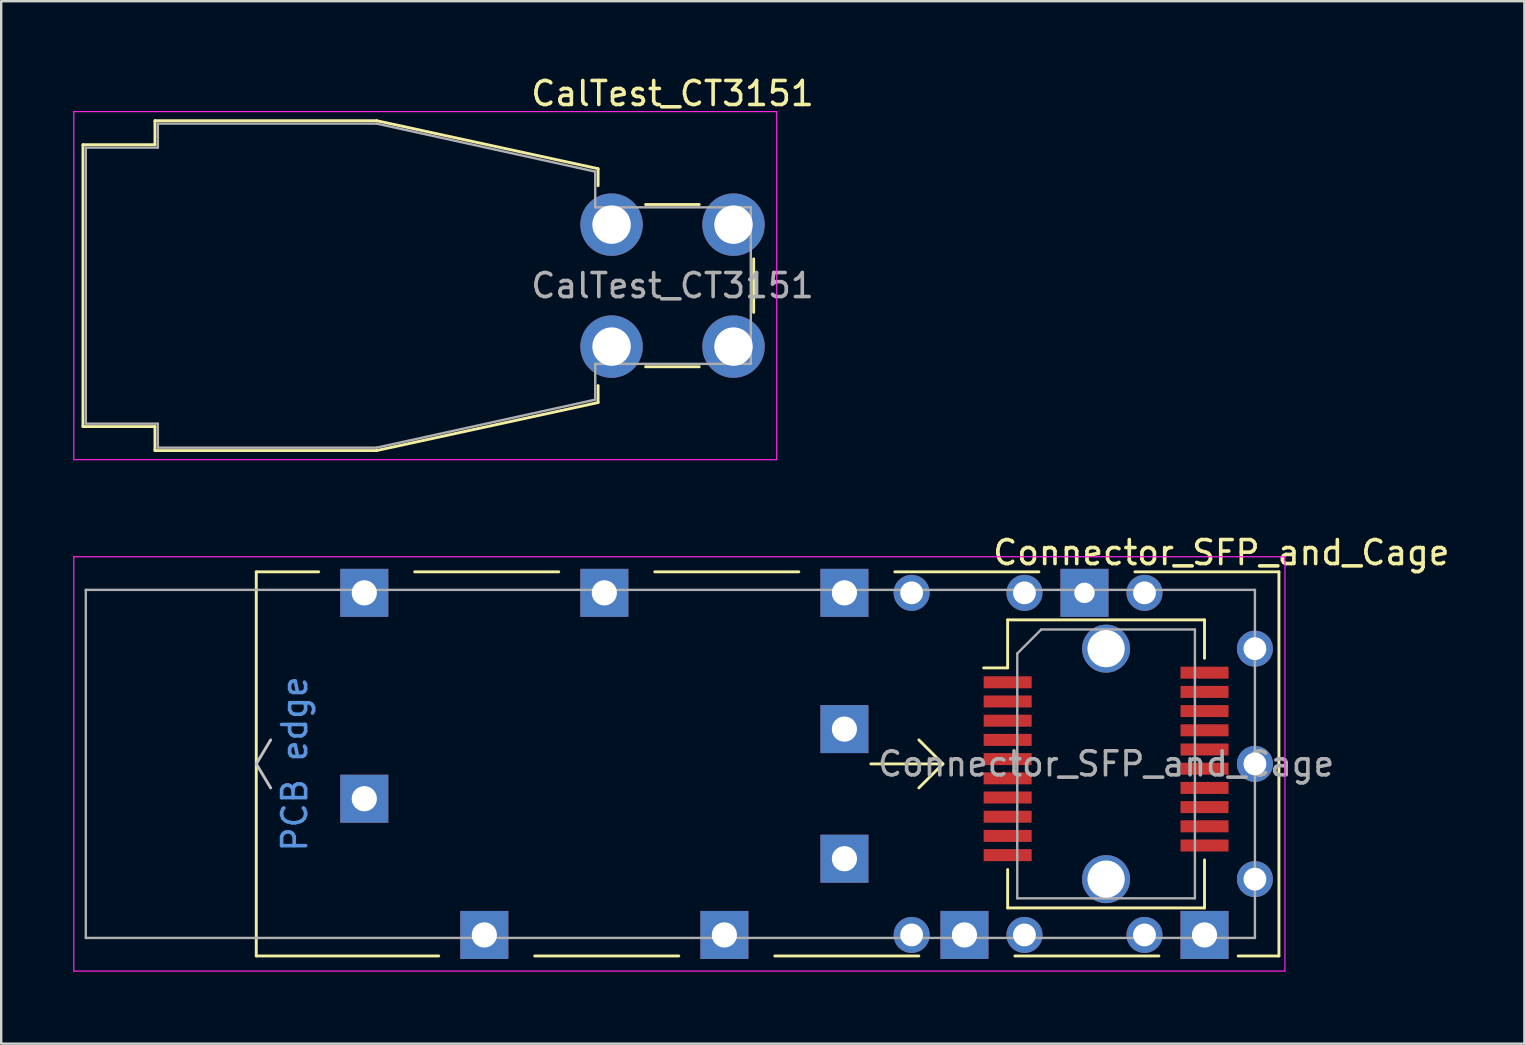
<source format=kicad_pcb>
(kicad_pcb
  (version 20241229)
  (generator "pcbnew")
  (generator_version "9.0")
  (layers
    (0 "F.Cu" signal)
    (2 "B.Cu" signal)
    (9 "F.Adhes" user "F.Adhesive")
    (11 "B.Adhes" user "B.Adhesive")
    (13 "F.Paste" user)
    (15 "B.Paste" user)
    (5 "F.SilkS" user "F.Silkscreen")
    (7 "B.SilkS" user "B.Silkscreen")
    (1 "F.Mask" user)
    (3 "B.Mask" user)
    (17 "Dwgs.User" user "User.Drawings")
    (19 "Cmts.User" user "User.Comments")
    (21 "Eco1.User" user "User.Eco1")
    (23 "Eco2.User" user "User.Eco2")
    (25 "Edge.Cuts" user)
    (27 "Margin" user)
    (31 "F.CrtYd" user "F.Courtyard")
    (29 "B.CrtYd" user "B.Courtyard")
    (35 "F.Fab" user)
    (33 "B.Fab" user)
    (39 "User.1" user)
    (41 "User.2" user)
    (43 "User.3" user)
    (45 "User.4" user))
  (footprint "CalTest_CT3151"
    (layer "F.Cu")
    (at 22.425 6.308)
    (property "Reference" "CalTest_CT3151" (at 2.54 -5.46 0) (layer "F.SilkS") (effects (font (size 1 1) (thickness 0.15))))
    (attr through_hole)
    (fp_line (start -22.02 -3.33) (end -19.02 -3.33) (stroke (width 0.12) (type solid)) (layer "F.SilkS"))
    (fp_line (start -22.02 8.41) (end -22.02 -3.33) (stroke (width 0.12) (type solid)) (layer "F.SilkS"))
    (fp_line (start -19.02 -4.33) (end -9.79 -4.33) (stroke (width 0.12) (type solid)) (layer "F.SilkS"))
    (fp_line (start -19.02 -3.33) (end -19.02 -4.33) (stroke (width 0.12) (type solid)) (layer "F.SilkS"))
    (fp_line (start -19.02 8.41) (end -22.02 8.41) (stroke (width 0.12) (type solid)) (layer "F.SilkS"))
    (fp_line (start -19.02 9.41) (end -19.02 8.41) (stroke (width 0.12) (type solid)) (layer "F.SilkS"))
    (fp_line (start -9.79 -4.33) (end -0.561 -2.33) (stroke (width 0.12) (type solid)) (layer "F.SilkS"))
    (fp_line (start -9.79 9.41) (end -19.02 9.41) (stroke (width 0.12) (type solid)) (layer "F.SilkS"))
    (fp_line (start -0.561 -2.33) (end -0.561 -1.623) (stroke (width 0.12) (type solid)) (layer "F.SilkS"))
    (fp_line (start -0.561 6.703) (end -0.561 7.41) (stroke (width 0.12) (type solid)) (layer "F.SilkS"))
    (fp_line (start -0.561 7.41) (end -9.79 9.41) (stroke (width 0.12) (type solid)) (layer "F.SilkS"))
    (fp_line (start 1.417 -0.84) (end 3.652 -0.84) (stroke (width 0.12) (type solid)) (layer "F.SilkS"))
    (fp_line (start 3.653 5.92) (end 1.417 5.92) (stroke (width 0.12) (type solid)) (layer "F.SilkS"))
    (fp_line (start 5.92 1.425) (end 5.92 3.656) (stroke (width 0.12) (type solid)) (layer "F.SilkS"))
    (fp_line (start -22.4 -4.71) (end -22.4 9.79) (stroke (width 0.05) (type solid)) (layer "F.CrtYd"))
    (fp_line (start -22.4 9.79) (end 6.88 9.79) (stroke (width 0.05) (type solid)) (layer "F.CrtYd"))
    (fp_line (start 6.88 -4.71) (end -22.4 -4.71) (stroke (width 0.05) (type solid)) (layer "F.CrtYd"))
    (fp_line (start 6.88 9.79) (end 6.88 -4.71) (stroke (width 0.05) (type solid)) (layer "F.CrtYd"))
    (fp_line (start -21.9 -3.21) (end -18.9 -3.21) (stroke (width 0.1) (type solid)) (layer "F.Fab"))
    (fp_line (start -21.9 8.29) (end -21.9 -3.21) (stroke (width 0.1) (type solid)) (layer "F.Fab"))
    (fp_line (start -18.9 -4.21) (end -9.79 -4.21) (stroke (width 0.1) (type solid)) (layer "F.Fab"))
    (fp_line (start -18.9 -3.21) (end -18.9 -4.21) (stroke (width 0.1) (type solid)) (layer "F.Fab"))
    (fp_line (start -18.9 8.29) (end -21.9 8.29) (stroke (width 0.1) (type solid)) (layer "F.Fab"))
    (fp_line (start -18.9 9.29) (end -18.9 8.29) (stroke (width 0.1) (type solid)) (layer "F.Fab"))
    (fp_line (start -9.79 -4.21) (end -0.68 -2.21) (stroke (width 0.1) (type solid)) (layer "F.Fab"))
    (fp_line (start -9.79 9.29) (end -18.9 9.29) (stroke (width 0.1) (type solid)) (layer "F.Fab"))
    (fp_line (start -0.68 -2.21) (end -0.68 -0.72) (stroke (width 0.1) (type solid)) (layer "F.Fab"))
    (fp_line (start -0.68 -0.72) (end 5.8 -0.72) (stroke (width 0.1) (type solid)) (layer "F.Fab"))
    (fp_line (start -0.68 5.8) (end -0.68 7.29) (stroke (width 0.1) (type solid)) (layer "F.Fab"))
    (fp_line (start -0.68 7.29) (end -9.79 9.29) (stroke (width 0.1) (type solid)) (layer "F.Fab"))
    (fp_line (start 5.8 -0.72) (end 5.8 5.8) (stroke (width 0.1) (type solid)) (layer "F.Fab"))
    (fp_line (start 5.8 5.8) (end -0.68 5.8) (stroke (width 0.1) (type solid)) (layer "F.Fab"))
    (fp_text user "${REFERENCE}" (at 2.54 2.54 0) (layer "F.Fab") (effects (font (size 1 1) (thickness 0.15))))
    (pad "1" thru_hole circle (at 0 0) (size 2.6 2.6) (drill 1.6) (layers "*.Cu" "*.Mask"))
    (pad "1" thru_hole circle (at 0 5.08) (size 2.6 2.6) (drill 1.6) (layers "*.Cu" "*.Mask"))
    (pad "1" thru_hole circle (at 5.08 0) (size 2.6 2.6) (drill 1.6) (layers "*.Cu" "*.Mask"))
    (pad "1" thru_hole circle (at 5.08 5.08) (size 2.6 2.6) (drill 1.6) (layers "*.Cu" "*.Mask")))
  (footprint "Connector_SFP_and_Cage"
    (layer "F.Cu")
    (at 49.225 28.771)
    (property "Reference" "Connector_SFP_and_Cage" (at -1.4 -8.8 0) (layer "F.SilkS") (effects (font (size 1 1) (thickness 0.15))))
    (attr through_hole)
    (fp_line (start -41.6 8) (end -41.6 -8) (stroke (width 0.12) (type solid)) (layer "F.SilkS"))
    (fp_line (start -39 -8) (end -41.6 -8) (stroke (width 0.12) (type solid)) (layer "F.SilkS"))
    (fp_line (start -34 8) (end -41.6 8) (stroke (width 0.12) (type solid)) (layer "F.SilkS"))
    (fp_line (start -30 8) (end -24 8) (stroke (width 0.12) (type solid)) (layer "F.SilkS"))
    (fp_line (start -29 -8) (end -35 -8) (stroke (width 0.12) (type solid)) (layer "F.SilkS"))
    (fp_line (start -20 8) (end -14 8) (stroke (width 0.12) (type solid)) (layer "F.SilkS"))
    (fp_line (start -19 -8) (end -25 -8) (stroke (width 0.12) (type solid)) (layer "F.SilkS"))
    (fp_line (start -13 0) (end -16 0) (stroke (width 0.12) (type solid)) (layer "F.SilkS"))
    (fp_line (start -13 0) (end -14 -1) (stroke (width 0.12) (type solid)) (layer "F.SilkS"))
    (fp_line (start -13 0) (end -14 1) (stroke (width 0.12) (type solid)) (layer "F.SilkS"))
    (fp_line (start -10.3 -6) (end -10.3 -4) (stroke (width 0.12) (type solid)) (layer "F.SilkS"))
    (fp_line (start -10.3 -4) (end -11.3 -4) (stroke (width 0.12) (type solid)) (layer "F.SilkS"))
    (fp_line (start -10.3 4.4) (end -10.3 6) (stroke (width 0.12) (type solid)) (layer "F.SilkS"))
    (fp_line (start -10 8) (end -4 8) (stroke (width 0.12) (type solid)) (layer "F.SilkS"))
    (fp_line (start -9 -8) (end -15 -8) (stroke (width 0.12) (type solid)) (layer "F.SilkS"))
    (fp_line (start -2.1 -6) (end -10.3 -6) (stroke (width 0.12) (type solid)) (layer "F.SilkS"))
    (fp_line (start -2.1 -4.4) (end -2.1 -6) (stroke (width 0.12) (type solid)) (layer "F.SilkS"))
    (fp_line (start -2.1 4) (end -2.1 6) (stroke (width 0.12) (type solid)) (layer "F.SilkS"))
    (fp_line (start -2.1 6) (end -10.3 6) (stroke (width 0.12) (type solid)) (layer "F.SilkS"))
    (fp_line (start -0.7 8) (end 1 8) (stroke (width 0.12) (type solid)) (layer "F.SilkS"))
    (fp_line (start 1 -8) (end -5 -8) (stroke (width 0.12) (type solid)) (layer "F.SilkS"))
    (fp_line (start 1 8) (end 1 -8) (stroke (width 0.12) (type solid)) (layer "F.SilkS"))
    (fp_line (start -41.6 0) (end -41 -1) (stroke (width 0.12) (type solid)) (layer "Dwgs.User"))
    (fp_line (start -41 1) (end -41.6 0) (stroke (width 0.12) (type solid)) (layer "Dwgs.User"))
    (fp_line (start -49.2 -8.63) (end -49.2 8.63) (stroke (width 0.05) (type solid)) (layer "F.CrtYd"))
    (fp_line (start -49.2 -8.63) (end 1.25 -8.63) (stroke (width 0.05) (type solid)) (layer "F.CrtYd"))
    (fp_line (start 1.25 8.63) (end -49.2 8.63) (stroke (width 0.05) (type solid)) (layer "F.CrtYd"))
    (fp_line (start 1.25 8.63) (end 1.25 -8.63) (stroke (width 0.05) (type solid)) (layer "F.CrtYd"))
    (fp_line (start -48.7 -7.25) (end -48.7 7.25) (stroke (width 0.1) (type solid)) (layer "F.Fab"))
    (fp_line (start -9.9 -4.6) (end -9.9 5.6) (stroke (width 0.1) (type solid)) (layer "F.Fab"))
    (fp_line (start -9.9 -4.6) (end -8.9 -5.6) (stroke (width 0.1) (type solid)) (layer "F.Fab"))
    (fp_line (start -2.5 -5.6) (end -8.9 -5.6) (stroke (width 0.1) (type solid)) (layer "F.Fab"))
    (fp_line (start -2.5 -5.6) (end -2.5 5.6) (stroke (width 0.1) (type solid)) (layer "F.Fab"))
    (fp_line (start -2.5 5.6) (end -9.9 5.6) (stroke (width 0.1) (type solid)) (layer "F.Fab"))
    (fp_line (start 0 -7.25) (end -48.7 -7.25) (stroke (width 0.1) (type solid)) (layer "F.Fab"))
    (fp_line (start 0 -7.25) (end 0 7.25) (stroke (width 0.1) (type solid)) (layer "F.Fab"))
    (fp_line (start 0 7.25) (end -48.7 7.25) (stroke (width 0.1) (type solid)) (layer "F.Fab"))
    (fp_text user "PCB edge" (at -40 0 90) (layer "Cmts.User") (effects (font (size 1 1) (thickness 0.15))))
    (fp_text user "${REFERENCE}" (at -6.2 0 0) (layer "F.Fab") (effects (font (size 1 1) (thickness 0.15))))
    (pad "" np_thru_hole circle (at -6.2 -4.8) (size 2 2) (drill 1.55) (layers "*.Cu" "*.Mask"))
    (pad "" np_thru_hole circle (at -6.2 4.8) (size 2 2) (drill 1.55) (layers "*.Cu" "*.Mask"))
    (pad "1" smd rect (at -10.3 -3.4) (size 2 0.5) (layers "F.Cu" "F.Mask" "F.Paste"))
    (pad "2" smd rect (at -10.3 -2.6) (size 2 0.5) (layers "F.Cu" "F.Mask" "F.Paste"))
    (pad "3" smd rect (at -10.3 -1.8) (size 2 0.5) (layers "F.Cu" "F.Mask" "F.Paste"))
    (pad "4" smd rect (at -10.3 -1) (size 2 0.5) (layers "F.Cu" "F.Mask" "F.Paste"))
    (pad "5" smd rect (at -10.3 -0.2) (size 2 0.5) (layers "F.Cu" "F.Mask" "F.Paste"))
    (pad "6" smd rect (at -10.3 0.6) (size 2 0.5) (layers "F.Cu" "F.Mask" "F.Paste"))
    (pad "7" smd rect (at -10.3 1.4) (size 2 0.5) (layers "F.Cu" "F.Mask" "F.Paste"))
    (pad "8" smd rect (at -10.3 2.2) (size 2 0.5) (layers "F.Cu" "F.Mask" "F.Paste"))
    (pad "9" smd rect (at -10.3 3) (size 2 0.5) (layers "F.Cu" "F.Mask" "F.Paste"))
    (pad "10" smd rect (at -10.3 3.8) (size 2 0.5) (layers "F.Cu" "F.Mask" "F.Paste"))
    (pad "11" smd rect (at -2.1 3.4) (size 2 0.5) (layers "F.Cu" "F.Mask" "F.Paste"))
    (pad "12" smd rect (at -2.1 2.6) (size 2 0.5) (layers "F.Cu" "F.Mask" "F.Paste"))
    (pad "13" smd rect (at -2.1 1.8) (size 2 0.5) (layers "F.Cu" "F.Mask" "F.Paste"))
    (pad "14" smd rect (at -2.1 1) (size 2 0.5) (layers "F.Cu" "F.Mask" "F.Paste"))
    (pad "15" smd rect (at -2.1 0.2) (size 2 0.5) (layers "F.Cu" "F.Mask" "F.Paste"))
    (pad "16" smd rect (at -2.1 -0.6) (size 2 0.5) (layers "F.Cu" "F.Mask" "F.Paste"))
    (pad "17" smd rect (at -2.1 -1.4) (size 2 0.5) (layers "F.Cu" "F.Mask" "F.Paste"))
    (pad "18" smd rect (at -2.1 -2.2) (size 2 0.5) (layers "F.Cu" "F.Mask" "F.Paste"))
    (pad "19" smd rect (at -2.1 -3) (size 2 0.5) (layers "F.Cu" "F.Mask" "F.Paste"))
    (pad "20" smd rect (at -2.1 -3.8) (size 2 0.5) (layers "F.Cu" "F.Mask" "F.Paste"))
    (pad "CAGE" thru_hole rect (at -37.1 -7.125) (size 2 2) (drill 1.05) (layers "*.Cu" "*.Mask"))
    (pad "CAGE" thru_hole rect (at -37.1 1.45) (size 2 2) (drill 1.05) (layers "*.Cu" "*.Mask"))
    (pad "CAGE" thru_hole rect (at -32.1 7.125) (size 2 2) (drill 1.05) (layers "*.Cu" "*.Mask"))
    (pad "CAGE" thru_hole rect (at -27.1 -7.125) (size 2 2) (drill 1.05) (layers "*.Cu" "*.Mask"))
    (pad "CAGE" thru_hole rect (at -22.1 7.125) (size 2 2) (drill 1.05) (layers "*.Cu" "*.Mask"))
    (pad "CAGE" thru_hole rect (at -17.1 -7.125) (size 2 2) (drill 1.05) (layers "*.Cu" "*.Mask"))
    (pad "CAGE" thru_hole rect (at -17.1 -1.45) (size 2 2) (drill 1.05) (layers "*.Cu" "*.Mask"))
    (pad "CAGE" thru_hole rect (at -17.1 3.95) (size 2 2) (drill 1.05) (layers "*.Cu" "*.Mask"))
    (pad "CAGE" thru_hole circle (at -14.3 -7.125) (size 1.5 1.5) (drill 0.95) (layers "*.Cu" "*.Mask"))
    (pad "CAGE" thru_hole circle (at -14.3 7.125) (size 1.5 1.5) (drill 0.95) (layers "*.Cu" "*.Mask"))
    (pad "CAGE" thru_hole rect (at -12.1 7.125) (size 2 2) (drill 1.05) (layers "*.Cu" "*.Mask"))
    (pad "CAGE" thru_hole circle (at -9.6 -7.125) (size 1.5 1.5) (drill 0.95) (layers "*.Cu" "*.Mask"))
    (pad "CAGE" thru_hole circle (at -9.6 7.125) (size 1.5 1.5) (drill 0.95) (layers "*.Cu" "*.Mask"))
    (pad "CAGE" thru_hole rect (at -7.1 -7.125) (size 2 2) (drill 0.85) (layers "*.Cu" "*.Mask"))
    (pad "CAGE" thru_hole circle (at -4.6 -7.125) (size 1.5 1.5) (drill 0.95) (layers "*.Cu" "*.Mask"))
    (pad "CAGE" thru_hole circle (at -4.6 7.125) (size 1.5 1.5) (drill 0.95) (layers "*.Cu" "*.Mask"))
    (pad "CAGE" thru_hole rect (at -2.1 7.125) (size 2 2) (drill 1.05) (layers "*.Cu" "*.Mask"))
    (pad "CAGE" thru_hole circle (at 0 -4.8) (size 1.5 1.5) (drill 0.95) (layers "*.Cu" "*.Mask"))
    (pad "CAGE" thru_hole circle (at 0 0) (size 1.5 1.5) (drill 0.95) (layers "*.Cu" "*.Mask"))
    (pad "CAGE" thru_hole circle (at 0 4.8) (size 1.5 1.5) (drill 0.95) (layers "*.Cu" "*.Mask")))
  (gr_rect
    (start -3 -3)
    (end 60.45 40.426)
    (stroke (width 0.1) (type default))
    (fill no)
    (layer "Edge.Cuts")))
</source>
